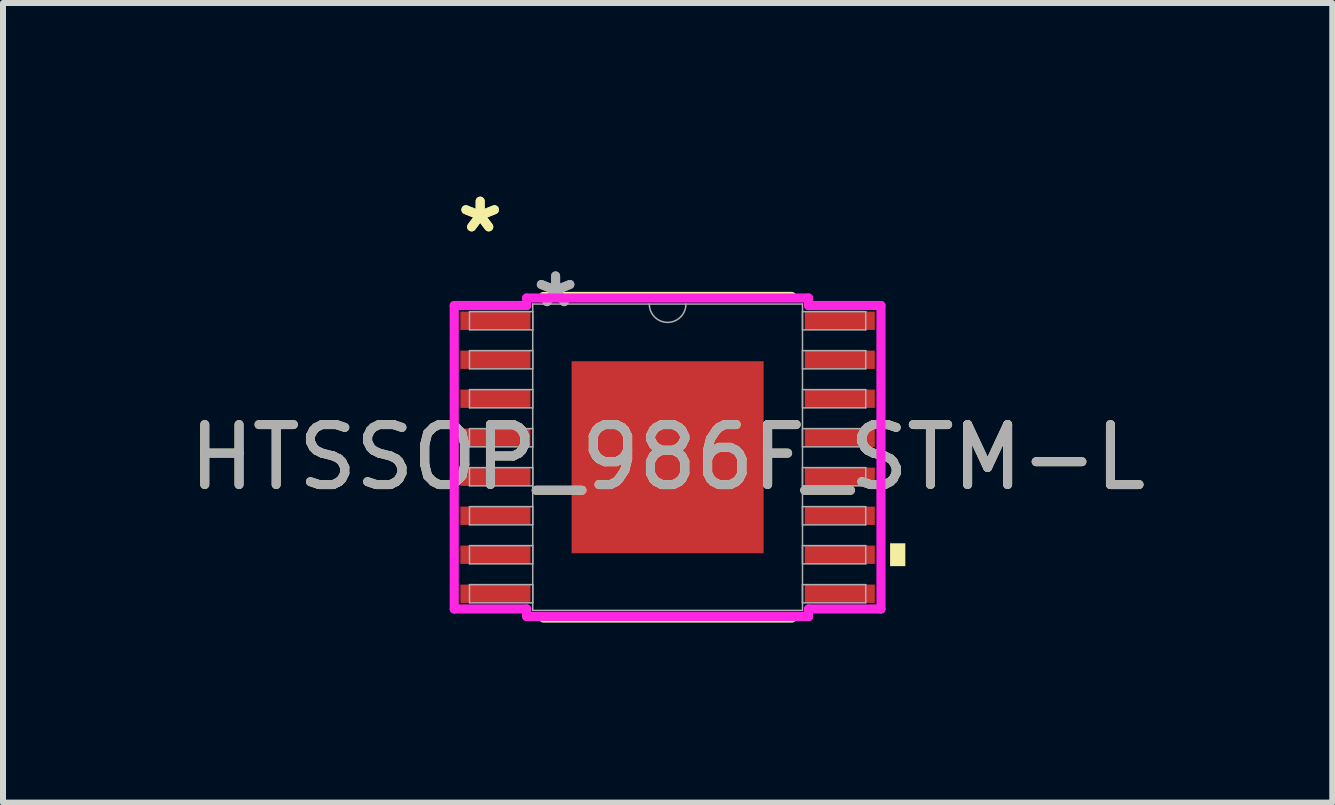
<source format=kicad_pcb>
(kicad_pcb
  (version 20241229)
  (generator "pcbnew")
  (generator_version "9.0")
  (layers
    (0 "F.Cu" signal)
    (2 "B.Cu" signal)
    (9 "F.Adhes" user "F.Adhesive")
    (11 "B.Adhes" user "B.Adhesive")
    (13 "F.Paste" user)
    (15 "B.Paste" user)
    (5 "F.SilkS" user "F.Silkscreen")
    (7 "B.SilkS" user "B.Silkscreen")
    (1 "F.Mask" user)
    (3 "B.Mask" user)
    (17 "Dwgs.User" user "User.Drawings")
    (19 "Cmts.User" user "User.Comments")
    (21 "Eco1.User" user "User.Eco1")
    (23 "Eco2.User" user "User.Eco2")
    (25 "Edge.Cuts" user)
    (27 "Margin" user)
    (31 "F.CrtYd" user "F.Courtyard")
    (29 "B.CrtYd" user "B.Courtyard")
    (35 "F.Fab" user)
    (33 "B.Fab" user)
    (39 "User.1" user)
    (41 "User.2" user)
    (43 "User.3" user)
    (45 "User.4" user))
  (footprint "HTSSOP_986F_STM-L"
    (layer "F.Cu")
    (at 8.077 4.571)
    (property "Reference" "HTSSOP_986F_STM-L" (at 0 0 0) (unlocked yes) (layer "F.SilkS") (effects (font (size 1 1) (thickness 0.15))))
    (attr smd)
    (fp_line (start -2.069 2.68) (end 2.069 2.68) (stroke (width 0.152) (type solid)) (layer "F.SilkS"))
    (fp_line (start 2.069 -2.68) (end -2.069 -2.68) (stroke (width 0.152) (type solid)) (layer "F.SilkS"))
    (fp_poly (pts (xy 3.962 1.434) (xy 3.962 1.815) (xy 3.708 1.815) (xy 3.708 1.434)) (stroke (width 0) (type solid)) (fill yes) (layer "F.SilkS"))
    (fp_poly (pts (xy -1.5 -1.5) (xy -1.5 -0.1) (xy -0.1 -0.1) (xy -0.1 -1.5)) (stroke (width 0) (type solid)) (fill yes) (layer "F.Paste"))
    (fp_poly (pts (xy -1.5 0.1) (xy -1.5 1.5) (xy -0.1 1.5) (xy -0.1 0.1)) (stroke (width 0) (type solid)) (fill yes) (layer "F.Paste"))
    (fp_poly (pts (xy 0.1 -1.5) (xy 0.1 -0.1) (xy 1.5 -0.1) (xy 1.5 -1.5)) (stroke (width 0) (type solid)) (fill yes) (layer "F.Paste"))
    (fp_poly (pts (xy 0.1 0.1) (xy 0.1 1.5) (xy 1.5 1.5) (xy 1.5 0.1)) (stroke (width 0) (type solid)) (fill yes) (layer "F.Paste"))
    (fp_line (start -3.556 -2.529) (end -2.349 -2.529) (stroke (width 0.152) (type solid)) (layer "F.CrtYd"))
    (fp_line (start -3.556 2.529) (end -3.556 -2.529) (stroke (width 0.152) (type solid)) (layer "F.CrtYd"))
    (fp_line (start -3.556 2.529) (end -2.349 2.529) (stroke (width 0.152) (type solid)) (layer "F.CrtYd"))
    (fp_line (start -2.349 -2.654) (end 2.349 -2.654) (stroke (width 0.152) (type solid)) (layer "F.CrtYd"))
    (fp_line (start -2.349 -2.529) (end -2.349 -2.654) (stroke (width 0.152) (type solid)) (layer "F.CrtYd"))
    (fp_line (start -2.349 2.654) (end -2.349 2.529) (stroke (width 0.152) (type solid)) (layer "F.CrtYd"))
    (fp_line (start 2.349 -2.654) (end 2.349 -2.529) (stroke (width 0.152) (type solid)) (layer "F.CrtYd"))
    (fp_line (start 2.349 2.529) (end 2.349 2.654) (stroke (width 0.152) (type solid)) (layer "F.CrtYd"))
    (fp_line (start 2.349 2.654) (end -2.349 2.654) (stroke (width 0.152) (type solid)) (layer "F.CrtYd"))
    (fp_line (start 3.556 -2.529) (end 2.349 -2.529) (stroke (width 0.152) (type solid)) (layer "F.CrtYd"))
    (fp_line (start 3.556 -2.529) (end 3.556 2.529) (stroke (width 0.152) (type solid)) (layer "F.CrtYd"))
    (fp_line (start 3.556 2.529) (end 2.349 2.529) (stroke (width 0.152) (type solid)) (layer "F.CrtYd"))
    (fp_line (start -3.302 -2.427) (end -3.302 -2.123) (stroke (width 0.025) (type solid)) (layer "F.Fab"))
    (fp_line (start -3.302 -2.123) (end -2.248 -2.123) (stroke (width 0.025) (type solid)) (layer "F.Fab"))
    (fp_line (start -3.302 -1.777) (end -3.302 -1.473) (stroke (width 0.025) (type solid)) (layer "F.Fab"))
    (fp_line (start -3.302 -1.473) (end -2.248 -1.473) (stroke (width 0.025) (type solid)) (layer "F.Fab"))
    (fp_line (start -3.302 -1.127) (end -3.302 -0.823) (stroke (width 0.025) (type solid)) (layer "F.Fab"))
    (fp_line (start -3.302 -0.823) (end -2.248 -0.823) (stroke (width 0.025) (type solid)) (layer "F.Fab"))
    (fp_line (start -3.302 -0.477) (end -3.302 -0.173) (stroke (width 0.025) (type solid)) (layer "F.Fab"))
    (fp_line (start -3.302 -0.173) (end -2.248 -0.173) (stroke (width 0.025) (type solid)) (layer "F.Fab"))
    (fp_line (start -3.302 0.173) (end -3.302 0.477) (stroke (width 0.025) (type solid)) (layer "F.Fab"))
    (fp_line (start -3.302 0.477) (end -2.248 0.477) (stroke (width 0.025) (type solid)) (layer "F.Fab"))
    (fp_line (start -3.302 0.823) (end -3.302 1.127) (stroke (width 0.025) (type solid)) (layer "F.Fab"))
    (fp_line (start -3.302 1.127) (end -2.248 1.127) (stroke (width 0.025) (type solid)) (layer "F.Fab"))
    (fp_line (start -3.302 1.473) (end -3.302 1.777) (stroke (width 0.025) (type solid)) (layer "F.Fab"))
    (fp_line (start -3.302 1.777) (end -2.248 1.777) (stroke (width 0.025) (type solid)) (layer "F.Fab"))
    (fp_line (start -3.302 2.123) (end -3.302 2.427) (stroke (width 0.025) (type solid)) (layer "F.Fab"))
    (fp_line (start -3.302 2.427) (end -2.248 2.427) (stroke (width 0.025) (type solid)) (layer "F.Fab"))
    (fp_line (start -2.248 -2.553) (end -2.248 2.553) (stroke (width 0.025) (type solid)) (layer "F.Fab"))
    (fp_line (start -2.248 -2.427) (end -3.302 -2.427) (stroke (width 0.025) (type solid)) (layer "F.Fab"))
    (fp_line (start -2.248 -2.123) (end -2.248 -2.427) (stroke (width 0.025) (type solid)) (layer "F.Fab"))
    (fp_line (start -2.248 -1.777) (end -3.302 -1.777) (stroke (width 0.025) (type solid)) (layer "F.Fab"))
    (fp_line (start -2.248 -1.473) (end -2.248 -1.777) (stroke (width 0.025) (type solid)) (layer "F.Fab"))
    (fp_line (start -2.248 -1.127) (end -3.302 -1.127) (stroke (width 0.025) (type solid)) (layer "F.Fab"))
    (fp_line (start -2.248 -0.823) (end -2.248 -1.127) (stroke (width 0.025) (type solid)) (layer "F.Fab"))
    (fp_line (start -2.248 -0.477) (end -3.302 -0.477) (stroke (width 0.025) (type solid)) (layer "F.Fab"))
    (fp_line (start -2.248 -0.173) (end -2.248 -0.477) (stroke (width 0.025) (type solid)) (layer "F.Fab"))
    (fp_line (start -2.248 0.173) (end -3.302 0.173) (stroke (width 0.025) (type solid)) (layer "F.Fab"))
    (fp_line (start -2.248 0.477) (end -2.248 0.173) (stroke (width 0.025) (type solid)) (layer "F.Fab"))
    (fp_line (start -2.248 0.823) (end -3.302 0.823) (stroke (width 0.025) (type solid)) (layer "F.Fab"))
    (fp_line (start -2.248 1.127) (end -2.248 0.823) (stroke (width 0.025) (type solid)) (layer "F.Fab"))
    (fp_line (start -2.248 1.473) (end -3.302 1.473) (stroke (width 0.025) (type solid)) (layer "F.Fab"))
    (fp_line (start -2.248 1.777) (end -2.248 1.473) (stroke (width 0.025) (type solid)) (layer "F.Fab"))
    (fp_line (start -2.248 2.123) (end -3.302 2.123) (stroke (width 0.025) (type solid)) (layer "F.Fab"))
    (fp_line (start -2.248 2.427) (end -2.248 2.123) (stroke (width 0.025) (type solid)) (layer "F.Fab"))
    (fp_line (start -2.248 2.553) (end 2.248 2.553) (stroke (width 0.025) (type solid)) (layer "F.Fab"))
    (fp_line (start 2.248 -2.553) (end -2.248 -2.553) (stroke (width 0.025) (type solid)) (layer "F.Fab"))
    (fp_line (start 2.248 -2.427) (end 2.248 -2.123) (stroke (width 0.025) (type solid)) (layer "F.Fab"))
    (fp_line (start 2.248 -2.123) (end 3.302 -2.123) (stroke (width 0.025) (type solid)) (layer "F.Fab"))
    (fp_line (start 2.248 -1.777) (end 2.248 -1.473) (stroke (width 0.025) (type solid)) (layer "F.Fab"))
    (fp_line (start 2.248 -1.473) (end 3.302 -1.473) (stroke (width 0.025) (type solid)) (layer "F.Fab"))
    (fp_line (start 2.248 -1.127) (end 2.248 -0.823) (stroke (width 0.025) (type solid)) (layer "F.Fab"))
    (fp_line (start 2.248 -0.823) (end 3.302 -0.823) (stroke (width 0.025) (type solid)) (layer "F.Fab"))
    (fp_line (start 2.248 -0.477) (end 2.248 -0.173) (stroke (width 0.025) (type solid)) (layer "F.Fab"))
    (fp_line (start 2.248 -0.173) (end 3.302 -0.173) (stroke (width 0.025) (type solid)) (layer "F.Fab"))
    (fp_line (start 2.248 0.173) (end 2.248 0.477) (stroke (width 0.025) (type solid)) (layer "F.Fab"))
    (fp_line (start 2.248 0.477) (end 3.302 0.477) (stroke (width 0.025) (type solid)) (layer "F.Fab"))
    (fp_line (start 2.248 0.823) (end 2.248 1.127) (stroke (width 0.025) (type solid)) (layer "F.Fab"))
    (fp_line (start 2.248 1.127) (end 3.302 1.127) (stroke (width 0.025) (type solid)) (layer "F.Fab"))
    (fp_line (start 2.248 1.473) (end 2.248 1.777) (stroke (width 0.025) (type solid)) (layer "F.Fab"))
    (fp_line (start 2.248 1.777) (end 3.302 1.777) (stroke (width 0.025) (type solid)) (layer "F.Fab"))
    (fp_line (start 2.248 2.123) (end 2.248 2.427) (stroke (width 0.025) (type solid)) (layer "F.Fab"))
    (fp_line (start 2.248 2.427) (end 3.302 2.427) (stroke (width 0.025) (type solid)) (layer "F.Fab"))
    (fp_line (start 2.248 2.553) (end 2.248 -2.553) (stroke (width 0.025) (type solid)) (layer "F.Fab"))
    (fp_line (start 3.302 -2.427) (end 2.248 -2.427) (stroke (width 0.025) (type solid)) (layer "F.Fab"))
    (fp_line (start 3.302 -2.123) (end 3.302 -2.427) (stroke (width 0.025) (type solid)) (layer "F.Fab"))
    (fp_line (start 3.302 -1.777) (end 2.248 -1.777) (stroke (width 0.025) (type solid)) (layer "F.Fab"))
    (fp_line (start 3.302 -1.473) (end 3.302 -1.777) (stroke (width 0.025) (type solid)) (layer "F.Fab"))
    (fp_line (start 3.302 -1.127) (end 2.248 -1.127) (stroke (width 0.025) (type solid)) (layer "F.Fab"))
    (fp_line (start 3.302 -0.823) (end 3.302 -1.127) (stroke (width 0.025) (type solid)) (layer "F.Fab"))
    (fp_line (start 3.302 -0.477) (end 2.248 -0.477) (stroke (width 0.025) (type solid)) (layer "F.Fab"))
    (fp_line (start 3.302 -0.173) (end 3.302 -0.477) (stroke (width 0.025) (type solid)) (layer "F.Fab"))
    (fp_line (start 3.302 0.173) (end 2.248 0.173) (stroke (width 0.025) (type solid)) (layer "F.Fab"))
    (fp_line (start 3.302 0.477) (end 3.302 0.173) (stroke (width 0.025) (type solid)) (layer "F.Fab"))
    (fp_line (start 3.302 0.823) (end 2.248 0.823) (stroke (width 0.025) (type solid)) (layer "F.Fab"))
    (fp_line (start 3.302 1.127) (end 3.302 0.823) (stroke (width 0.025) (type solid)) (layer "F.Fab"))
    (fp_line (start 3.302 1.473) (end 2.248 1.473) (stroke (width 0.025) (type solid)) (layer "F.Fab"))
    (fp_line (start 3.302 1.777) (end 3.302 1.473) (stroke (width 0.025) (type solid)) (layer "F.Fab"))
    (fp_line (start 3.302 2.123) (end 2.248 2.123) (stroke (width 0.025) (type solid)) (layer "F.Fab"))
    (fp_line (start 3.302 2.427) (end 3.302 2.123) (stroke (width 0.025) (type solid)) (layer "F.Fab"))
    (fp_arc (start 0.3048 -2.5527) (mid 0 -2.2479) (end -0.3048 -2.5527) (stroke (width 0.0254) (type solid)) (layer "F.Fab"))
    (fp_text user "*" (at -3.124 -3.723 0) (unlocked yes) (layer "F.SilkS") (effects (font (size 1 1) (thickness 0.15))))
    (fp_text user "*" (at -3.124 -3.723 0) (layer "F.SilkS") (effects (font (size 1 1) (thickness 0.15))))
    (fp_text user "*" (at -1.867 -2.477 0) (layer "F.Fab") (effects (font (size 1 1) (thickness 0.15))))
    (fp_text user "${REFERENCE}" (at 0 0 0) (unlocked yes) (layer "F.Fab") (effects (font (size 1 1) (thickness 0.15))))
    (fp_text user "*" (at -1.867 -2.477 0) (unlocked yes) (layer "F.Fab") (effects (font (size 1 1) (thickness 0.15))))
    (pad "1" smd rect (at -2.87 -2.275) (size 1.168 0.305) (layers "F.Cu" "F.Mask" "F.Paste"))
    (pad "2" smd rect (at -2.87 -1.625) (size 1.168 0.305) (layers "F.Cu" "F.Mask" "F.Paste"))
    (pad "3" smd rect (at -2.87 -0.975) (size 1.168 0.305) (layers "F.Cu" "F.Mask" "F.Paste"))
    (pad "4" smd rect (at -2.87 -0.325) (size 1.168 0.305) (layers "F.Cu" "F.Mask" "F.Paste"))
    (pad "5" smd rect (at -2.87 0.325) (size 1.168 0.305) (layers "F.Cu" "F.Mask" "F.Paste"))
    (pad "6" smd rect (at -2.87 0.975) (size 1.168 0.305) (layers "F.Cu" "F.Mask" "F.Paste"))
    (pad "7" smd rect (at -2.87 1.625) (size 1.168 0.305) (layers "F.Cu" "F.Mask" "F.Paste"))
    (pad "8" smd rect (at -2.87 2.275) (size 1.168 0.305) (layers "F.Cu" "F.Mask" "F.Paste"))
    (pad "9" smd rect (at 2.87 2.275) (size 1.168 0.305) (layers "F.Cu" "F.Mask" "F.Paste"))
    (pad "10" smd rect (at 2.87 1.625) (size 1.168 0.305) (layers "F.Cu" "F.Mask" "F.Paste"))
    (pad "11" smd rect (at 2.87 0.975) (size 1.168 0.305) (layers "F.Cu" "F.Mask" "F.Paste"))
    (pad "12" smd rect (at 2.87 0.325) (size 1.168 0.305) (layers "F.Cu" "F.Mask" "F.Paste"))
    (pad "13" smd rect (at 2.87 -0.325) (size 1.168 0.305) (layers "F.Cu" "F.Mask" "F.Paste"))
    (pad "14" smd rect (at 2.87 -0.975) (size 1.168 0.305) (layers "F.Cu" "F.Mask" "F.Paste"))
    (pad "15" smd rect (at 2.87 -1.625) (size 1.168 0.305) (layers "F.Cu" "F.Mask" "F.Paste"))
    (pad "16" smd rect (at 2.87 -2.275) (size 1.168 0.305) (layers "F.Cu" "F.Mask" "F.Paste"))
    (pad "EPAD" smd rect (at 0 0) (size 3.2 3.2) (layers "F.Cu" "F.Mask")))
  (gr_rect
    (start -3 -3)
    (end 19.155 10.327)
    (stroke (width 0.1) (type default))
    (fill no)
    (layer "Edge.Cuts")))
</source>
